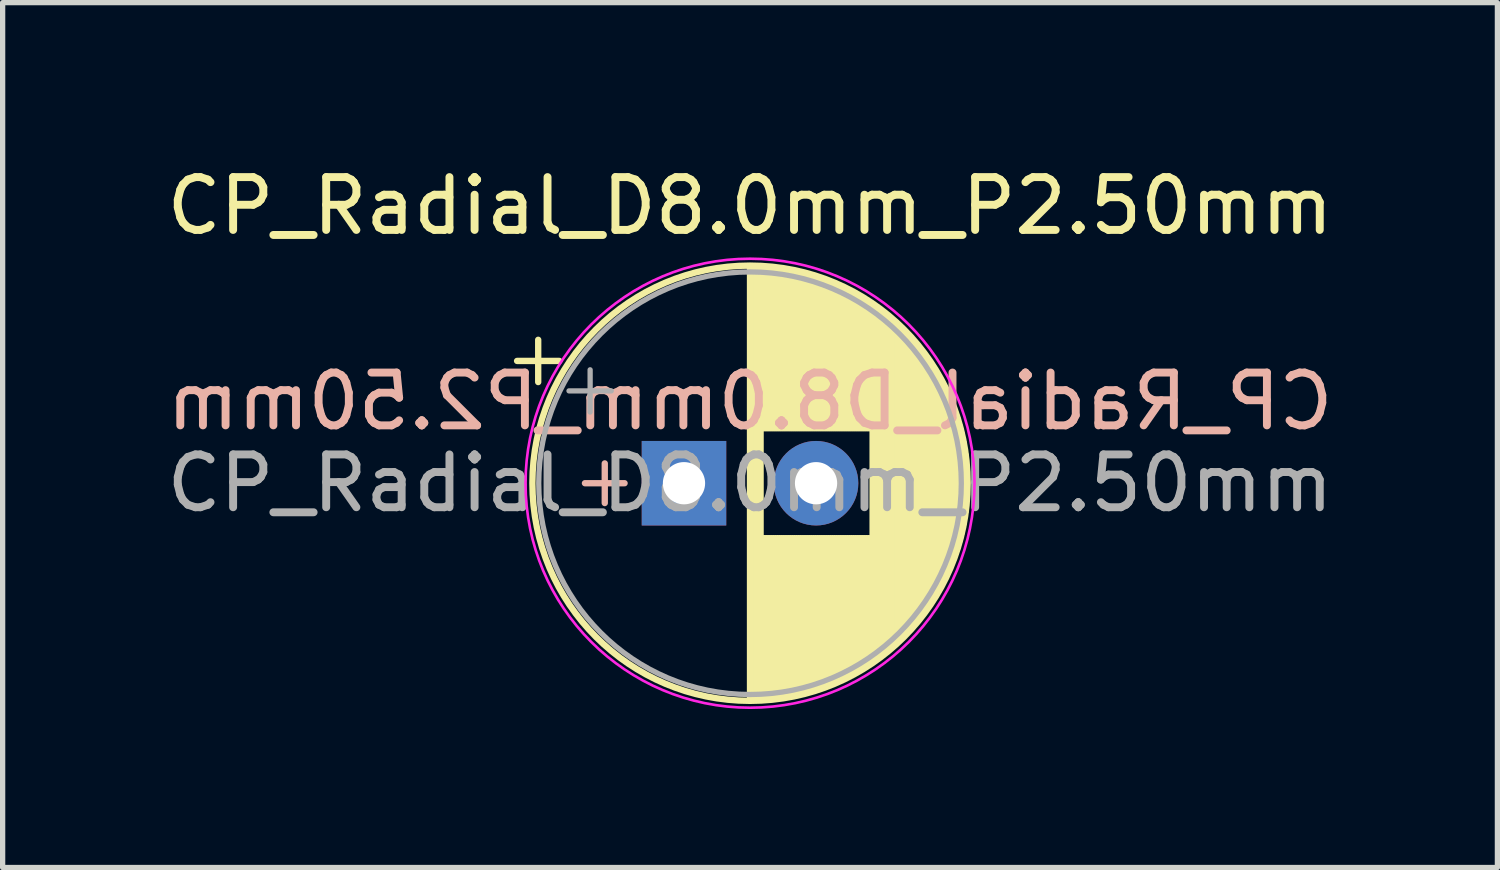
<source format=kicad_pcb>
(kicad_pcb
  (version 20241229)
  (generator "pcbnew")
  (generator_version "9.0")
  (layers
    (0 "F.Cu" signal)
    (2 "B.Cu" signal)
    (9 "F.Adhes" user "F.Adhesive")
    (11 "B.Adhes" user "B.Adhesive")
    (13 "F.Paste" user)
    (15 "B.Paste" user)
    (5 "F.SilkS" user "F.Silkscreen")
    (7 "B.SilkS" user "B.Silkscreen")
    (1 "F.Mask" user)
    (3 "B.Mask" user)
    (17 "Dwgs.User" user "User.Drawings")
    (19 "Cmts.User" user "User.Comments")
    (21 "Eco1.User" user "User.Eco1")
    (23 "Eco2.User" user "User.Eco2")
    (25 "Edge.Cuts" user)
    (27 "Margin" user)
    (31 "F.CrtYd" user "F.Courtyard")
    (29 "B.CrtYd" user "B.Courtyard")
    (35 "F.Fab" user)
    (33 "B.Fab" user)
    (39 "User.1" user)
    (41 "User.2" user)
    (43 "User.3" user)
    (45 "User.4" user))
  (footprint "CP_Radial_D8.0mm_P2.50mm"
    (layer "F.Cu")
    (at 9.899 6.098)
    (property "Reference" "CP_Radial_D8.0mm_P2.50mm" (at 1.25 -5.25 0) (layer "F.SilkS") (effects (font (size 1 1) (thickness 0.15))))
    (fp_line (start -3.16 -2.315) (end -2.36 -2.315) (stroke (width 0.12) (type solid)) (layer "F.SilkS"))
    (fp_line (start -2.76 -2.715) (end -2.76 -1.915) (stroke (width 0.12) (type solid)) (layer "F.SilkS"))
    (fp_line (start 1.25 -4.08) (end 1.25 4.08) (stroke (width 0.12) (type solid)) (layer "F.SilkS"))
    (fp_line (start 1.29 -4.08) (end 1.29 4.08) (stroke (width 0.12) (type solid)) (layer "F.SilkS"))
    (fp_line (start 1.33 -4.08) (end 1.33 4.08) (stroke (width 0.12) (type solid)) (layer "F.SilkS"))
    (fp_line (start 1.37 -4.079) (end 1.37 4.079) (stroke (width 0.12) (type solid)) (layer "F.SilkS"))
    (fp_line (start 1.41 -4.077) (end 1.41 4.077) (stroke (width 0.12) (type solid)) (layer "F.SilkS"))
    (fp_line (start 1.45 -4.076) (end 1.45 4.076) (stroke (width 0.12) (type solid)) (layer "F.SilkS"))
    (fp_line (start 1.49 -4.074) (end 1.49 -1.04) (stroke (width 0.12) (type solid)) (layer "F.SilkS"))
    (fp_line (start 1.49 1.04) (end 1.49 4.074) (stroke (width 0.12) (type solid)) (layer "F.SilkS"))
    (fp_line (start 1.53 -4.071) (end 1.53 -1.04) (stroke (width 0.12) (type solid)) (layer "F.SilkS"))
    (fp_line (start 1.53 1.04) (end 1.53 4.071) (stroke (width 0.12) (type solid)) (layer "F.SilkS"))
    (fp_line (start 1.57 -4.068) (end 1.57 -1.04) (stroke (width 0.12) (type solid)) (layer "F.SilkS"))
    (fp_line (start 1.57 1.04) (end 1.57 4.068) (stroke (width 0.12) (type solid)) (layer "F.SilkS"))
    (fp_line (start 1.61 -4.065) (end 1.61 -1.04) (stroke (width 0.12) (type solid)) (layer "F.SilkS"))
    (fp_line (start 1.61 1.04) (end 1.61 4.065) (stroke (width 0.12) (type solid)) (layer "F.SilkS"))
    (fp_line (start 1.65 -4.061) (end 1.65 -1.04) (stroke (width 0.12) (type solid)) (layer "F.SilkS"))
    (fp_line (start 1.65 1.04) (end 1.65 4.061) (stroke (width 0.12) (type solid)) (layer "F.SilkS"))
    (fp_line (start 1.69 -4.057) (end 1.69 -1.04) (stroke (width 0.12) (type solid)) (layer "F.SilkS"))
    (fp_line (start 1.69 1.04) (end 1.69 4.057) (stroke (width 0.12) (type solid)) (layer "F.SilkS"))
    (fp_line (start 1.73 -4.052) (end 1.73 -1.04) (stroke (width 0.12) (type solid)) (layer "F.SilkS"))
    (fp_line (start 1.73 1.04) (end 1.73 4.052) (stroke (width 0.12) (type solid)) (layer "F.SilkS"))
    (fp_line (start 1.77 -4.048) (end 1.77 -1.04) (stroke (width 0.12) (type solid)) (layer "F.SilkS"))
    (fp_line (start 1.77 1.04) (end 1.77 4.048) (stroke (width 0.12) (type solid)) (layer "F.SilkS"))
    (fp_line (start 1.81 -4.042) (end 1.81 -1.04) (stroke (width 0.12) (type solid)) (layer "F.SilkS"))
    (fp_line (start 1.81 1.04) (end 1.81 4.042) (stroke (width 0.12) (type solid)) (layer "F.SilkS"))
    (fp_line (start 1.85 -4.037) (end 1.85 -1.04) (stroke (width 0.12) (type solid)) (layer "F.SilkS"))
    (fp_line (start 1.85 1.04) (end 1.85 4.037) (stroke (width 0.12) (type solid)) (layer "F.SilkS"))
    (fp_line (start 1.89 -4.03) (end 1.89 -1.04) (stroke (width 0.12) (type solid)) (layer "F.SilkS"))
    (fp_line (start 1.89 1.04) (end 1.89 4.03) (stroke (width 0.12) (type solid)) (layer "F.SilkS"))
    (fp_line (start 1.93 -4.024) (end 1.93 -1.04) (stroke (width 0.12) (type solid)) (layer "F.SilkS"))
    (fp_line (start 1.93 1.04) (end 1.93 4.024) (stroke (width 0.12) (type solid)) (layer "F.SilkS"))
    (fp_line (start 1.971 -4.017) (end 1.971 -1.04) (stroke (width 0.12) (type solid)) (layer "F.SilkS"))
    (fp_line (start 1.971 1.04) (end 1.971 4.017) (stroke (width 0.12) (type solid)) (layer "F.SilkS"))
    (fp_line (start 2.011 -4.01) (end 2.011 -1.04) (stroke (width 0.12) (type solid)) (layer "F.SilkS"))
    (fp_line (start 2.011 1.04) (end 2.011 4.01) (stroke (width 0.12) (type solid)) (layer "F.SilkS"))
    (fp_line (start 2.051 -4.002) (end 2.051 -1.04) (stroke (width 0.12) (type solid)) (layer "F.SilkS"))
    (fp_line (start 2.051 1.04) (end 2.051 4.002) (stroke (width 0.12) (type solid)) (layer "F.SilkS"))
    (fp_line (start 2.091 -3.994) (end 2.091 -1.04) (stroke (width 0.12) (type solid)) (layer "F.SilkS"))
    (fp_line (start 2.091 1.04) (end 2.091 3.994) (stroke (width 0.12) (type solid)) (layer "F.SilkS"))
    (fp_line (start 2.131 -3.985) (end 2.131 -1.04) (stroke (width 0.12) (type solid)) (layer "F.SilkS"))
    (fp_line (start 2.131 1.04) (end 2.131 3.985) (stroke (width 0.12) (type solid)) (layer "F.SilkS"))
    (fp_line (start 2.171 -3.976) (end 2.171 -1.04) (stroke (width 0.12) (type solid)) (layer "F.SilkS"))
    (fp_line (start 2.171 1.04) (end 2.171 3.976) (stroke (width 0.12) (type solid)) (layer "F.SilkS"))
    (fp_line (start 2.211 -3.967) (end 2.211 -1.04) (stroke (width 0.12) (type solid)) (layer "F.SilkS"))
    (fp_line (start 2.211 1.04) (end 2.211 3.967) (stroke (width 0.12) (type solid)) (layer "F.SilkS"))
    (fp_line (start 2.251 -3.957) (end 2.251 -1.04) (stroke (width 0.12) (type solid)) (layer "F.SilkS"))
    (fp_line (start 2.251 1.04) (end 2.251 3.957) (stroke (width 0.12) (type solid)) (layer "F.SilkS"))
    (fp_line (start 2.291 -3.947) (end 2.291 -1.04) (stroke (width 0.12) (type solid)) (layer "F.SilkS"))
    (fp_line (start 2.291 1.04) (end 2.291 3.947) (stroke (width 0.12) (type solid)) (layer "F.SilkS"))
    (fp_line (start 2.331 -3.936) (end 2.331 -1.04) (stroke (width 0.12) (type solid)) (layer "F.SilkS"))
    (fp_line (start 2.331 1.04) (end 2.331 3.936) (stroke (width 0.12) (type solid)) (layer "F.SilkS"))
    (fp_line (start 2.371 -3.925) (end 2.371 -1.04) (stroke (width 0.12) (type solid)) (layer "F.SilkS"))
    (fp_line (start 2.371 1.04) (end 2.371 3.925) (stroke (width 0.12) (type solid)) (layer "F.SilkS"))
    (fp_line (start 2.411 -3.914) (end 2.411 -1.04) (stroke (width 0.12) (type solid)) (layer "F.SilkS"))
    (fp_line (start 2.411 1.04) (end 2.411 3.914) (stroke (width 0.12) (type solid)) (layer "F.SilkS"))
    (fp_line (start 2.451 -3.902) (end 2.451 -1.04) (stroke (width 0.12) (type solid)) (layer "F.SilkS"))
    (fp_line (start 2.451 1.04) (end 2.451 3.902) (stroke (width 0.12) (type solid)) (layer "F.SilkS"))
    (fp_line (start 2.491 -3.889) (end 2.491 -1.04) (stroke (width 0.12) (type solid)) (layer "F.SilkS"))
    (fp_line (start 2.491 1.04) (end 2.491 3.889) (stroke (width 0.12) (type solid)) (layer "F.SilkS"))
    (fp_line (start 2.531 -3.877) (end 2.531 -1.04) (stroke (width 0.12) (type solid)) (layer "F.SilkS"))
    (fp_line (start 2.531 1.04) (end 2.531 3.877) (stroke (width 0.12) (type solid)) (layer "F.SilkS"))
    (fp_line (start 2.571 -3.863) (end 2.571 -1.04) (stroke (width 0.12) (type solid)) (layer "F.SilkS"))
    (fp_line (start 2.571 1.04) (end 2.571 3.863) (stroke (width 0.12) (type solid)) (layer "F.SilkS"))
    (fp_line (start 2.611 -3.85) (end 2.611 -1.04) (stroke (width 0.12) (type solid)) (layer "F.SilkS"))
    (fp_line (start 2.611 1.04) (end 2.611 3.85) (stroke (width 0.12) (type solid)) (layer "F.SilkS"))
    (fp_line (start 2.651 -3.835) (end 2.651 -1.04) (stroke (width 0.12) (type solid)) (layer "F.SilkS"))
    (fp_line (start 2.651 1.04) (end 2.651 3.835) (stroke (width 0.12) (type solid)) (layer "F.SilkS"))
    (fp_line (start 2.691 -3.821) (end 2.691 -1.04) (stroke (width 0.12) (type solid)) (layer "F.SilkS"))
    (fp_line (start 2.691 1.04) (end 2.691 3.821) (stroke (width 0.12) (type solid)) (layer "F.SilkS"))
    (fp_line (start 2.731 -3.805) (end 2.731 -1.04) (stroke (width 0.12) (type solid)) (layer "F.SilkS"))
    (fp_line (start 2.731 1.04) (end 2.731 3.805) (stroke (width 0.12) (type solid)) (layer "F.SilkS"))
    (fp_line (start 2.771 -3.79) (end 2.771 -1.04) (stroke (width 0.12) (type solid)) (layer "F.SilkS"))
    (fp_line (start 2.771 1.04) (end 2.771 3.79) (stroke (width 0.12) (type solid)) (layer "F.SilkS"))
    (fp_line (start 2.811 -3.774) (end 2.811 -1.04) (stroke (width 0.12) (type solid)) (layer "F.SilkS"))
    (fp_line (start 2.811 1.04) (end 2.811 3.774) (stroke (width 0.12) (type solid)) (layer "F.SilkS"))
    (fp_line (start 2.851 -3.757) (end 2.851 -1.04) (stroke (width 0.12) (type solid)) (layer "F.SilkS"))
    (fp_line (start 2.851 1.04) (end 2.851 3.757) (stroke (width 0.12) (type solid)) (layer "F.SilkS"))
    (fp_line (start 2.891 -3.74) (end 2.891 -1.04) (stroke (width 0.12) (type solid)) (layer "F.SilkS"))
    (fp_line (start 2.891 1.04) (end 2.891 3.74) (stroke (width 0.12) (type solid)) (layer "F.SilkS"))
    (fp_line (start 2.931 -3.722) (end 2.931 -1.04) (stroke (width 0.12) (type solid)) (layer "F.SilkS"))
    (fp_line (start 2.931 1.04) (end 2.931 3.722) (stroke (width 0.12) (type solid)) (layer "F.SilkS"))
    (fp_line (start 2.971 -3.704) (end 2.971 -1.04) (stroke (width 0.12) (type solid)) (layer "F.SilkS"))
    (fp_line (start 2.971 1.04) (end 2.971 3.704) (stroke (width 0.12) (type solid)) (layer "F.SilkS"))
    (fp_line (start 3.011 -3.686) (end 3.011 -1.04) (stroke (width 0.12) (type solid)) (layer "F.SilkS"))
    (fp_line (start 3.011 1.04) (end 3.011 3.686) (stroke (width 0.12) (type solid)) (layer "F.SilkS"))
    (fp_line (start 3.051 -3.666) (end 3.051 -1.04) (stroke (width 0.12) (type solid)) (layer "F.SilkS"))
    (fp_line (start 3.051 1.04) (end 3.051 3.666) (stroke (width 0.12) (type solid)) (layer "F.SilkS"))
    (fp_line (start 3.091 -3.647) (end 3.091 -1.04) (stroke (width 0.12) (type solid)) (layer "F.SilkS"))
    (fp_line (start 3.091 1.04) (end 3.091 3.647) (stroke (width 0.12) (type solid)) (layer "F.SilkS"))
    (fp_line (start 3.131 -3.627) (end 3.131 -1.04) (stroke (width 0.12) (type solid)) (layer "F.SilkS"))
    (fp_line (start 3.131 1.04) (end 3.131 3.627) (stroke (width 0.12) (type solid)) (layer "F.SilkS"))
    (fp_line (start 3.171 -3.606) (end 3.171 -1.04) (stroke (width 0.12) (type solid)) (layer "F.SilkS"))
    (fp_line (start 3.171 1.04) (end 3.171 3.606) (stroke (width 0.12) (type solid)) (layer "F.SilkS"))
    (fp_line (start 3.211 -3.584) (end 3.211 -1.04) (stroke (width 0.12) (type solid)) (layer "F.SilkS"))
    (fp_line (start 3.211 1.04) (end 3.211 3.584) (stroke (width 0.12) (type solid)) (layer "F.SilkS"))
    (fp_line (start 3.251 -3.562) (end 3.251 -1.04) (stroke (width 0.12) (type solid)) (layer "F.SilkS"))
    (fp_line (start 3.251 1.04) (end 3.251 3.562) (stroke (width 0.12) (type solid)) (layer "F.SilkS"))
    (fp_line (start 3.291 -3.54) (end 3.291 -1.04) (stroke (width 0.12) (type solid)) (layer "F.SilkS"))
    (fp_line (start 3.291 1.04) (end 3.291 3.54) (stroke (width 0.12) (type solid)) (layer "F.SilkS"))
    (fp_line (start 3.331 -3.517) (end 3.331 -1.04) (stroke (width 0.12) (type solid)) (layer "F.SilkS"))
    (fp_line (start 3.331 1.04) (end 3.331 3.517) (stroke (width 0.12) (type solid)) (layer "F.SilkS"))
    (fp_line (start 3.371 -3.493) (end 3.371 -1.04) (stroke (width 0.12) (type solid)) (layer "F.SilkS"))
    (fp_line (start 3.371 1.04) (end 3.371 3.493) (stroke (width 0.12) (type solid)) (layer "F.SilkS"))
    (fp_line (start 3.411 -3.469) (end 3.411 -1.04) (stroke (width 0.12) (type solid)) (layer "F.SilkS"))
    (fp_line (start 3.411 1.04) (end 3.411 3.469) (stroke (width 0.12) (type solid)) (layer "F.SilkS"))
    (fp_line (start 3.451 -3.444) (end 3.451 -1.04) (stroke (width 0.12) (type solid)) (layer "F.SilkS"))
    (fp_line (start 3.451 1.04) (end 3.451 3.444) (stroke (width 0.12) (type solid)) (layer "F.SilkS"))
    (fp_line (start 3.491 -3.418) (end 3.491 -1.04) (stroke (width 0.12) (type solid)) (layer "F.SilkS"))
    (fp_line (start 3.491 1.04) (end 3.491 3.418) (stroke (width 0.12) (type solid)) (layer "F.SilkS"))
    (fp_line (start 3.531 -3.392) (end 3.531 -1.04) (stroke (width 0.12) (type solid)) (layer "F.SilkS"))
    (fp_line (start 3.531 1.04) (end 3.531 3.392) (stroke (width 0.12) (type solid)) (layer "F.SilkS"))
    (fp_line (start 3.571 -3.365) (end 3.571 3.365) (stroke (width 0.12) (type solid)) (layer "F.SilkS"))
    (fp_line (start 3.611 -3.338) (end 3.611 3.338) (stroke (width 0.12) (type solid)) (layer "F.SilkS"))
    (fp_line (start 3.651 -3.309) (end 3.651 3.309) (stroke (width 0.12) (type solid)) (layer "F.SilkS"))
    (fp_line (start 3.691 -3.28) (end 3.691 3.28) (stroke (width 0.12) (type solid)) (layer "F.SilkS"))
    (fp_line (start 3.731 -3.25) (end 3.731 3.25) (stroke (width 0.12) (type solid)) (layer "F.SilkS"))
    (fp_line (start 3.771 -3.22) (end 3.771 3.22) (stroke (width 0.12) (type solid)) (layer "F.SilkS"))
    (fp_line (start 3.811 -3.189) (end 3.811 3.189) (stroke (width 0.12) (type solid)) (layer "F.SilkS"))
    (fp_line (start 3.851 -3.156) (end 3.851 3.156) (stroke (width 0.12) (type solid)) (layer "F.SilkS"))
    (fp_line (start 3.891 -3.124) (end 3.891 3.124) (stroke (width 0.12) (type solid)) (layer "F.SilkS"))
    (fp_line (start 3.931 -3.09) (end 3.931 3.09) (stroke (width 0.12) (type solid)) (layer "F.SilkS"))
    (fp_line (start 3.971 -3.055) (end 3.971 3.055) (stroke (width 0.12) (type solid)) (layer "F.SilkS"))
    (fp_line (start 4.011 -3.019) (end 4.011 3.019) (stroke (width 0.12) (type solid)) (layer "F.SilkS"))
    (fp_line (start 4.051 -2.983) (end 4.051 2.983) (stroke (width 0.12) (type solid)) (layer "F.SilkS"))
    (fp_line (start 4.091 -2.945) (end 4.091 2.945) (stroke (width 0.12) (type solid)) (layer "F.SilkS"))
    (fp_line (start 4.131 -2.907) (end 4.131 2.907) (stroke (width 0.12) (type solid)) (layer "F.SilkS"))
    (fp_line (start 4.171 -2.867) (end 4.171 2.867) (stroke (width 0.12) (type solid)) (layer "F.SilkS"))
    (fp_line (start 4.211 -2.826) (end 4.211 2.826) (stroke (width 0.12) (type solid)) (layer "F.SilkS"))
    (fp_line (start 4.251 -2.784) (end 4.251 2.784) (stroke (width 0.12) (type solid)) (layer "F.SilkS"))
    (fp_line (start 4.291 -2.741) (end 4.291 2.741) (stroke (width 0.12) (type solid)) (layer "F.SilkS"))
    (fp_line (start 4.331 -2.697) (end 4.331 2.697) (stroke (width 0.12) (type solid)) (layer "F.SilkS"))
    (fp_line (start 4.371 -2.651) (end 4.371 2.651) (stroke (width 0.12) (type solid)) (layer "F.SilkS"))
    (fp_line (start 4.411 -2.604) (end 4.411 2.604) (stroke (width 0.12) (type solid)) (layer "F.SilkS"))
    (fp_line (start 4.451 -2.556) (end 4.451 2.556) (stroke (width 0.12) (type solid)) (layer "F.SilkS"))
    (fp_line (start 4.491 -2.505) (end 4.491 2.505) (stroke (width 0.12) (type solid)) (layer "F.SilkS"))
    (fp_line (start 4.531 -2.454) (end 4.531 2.454) (stroke (width 0.12) (type solid)) (layer "F.SilkS"))
    (fp_line (start 4.571 -2.4) (end 4.571 2.4) (stroke (width 0.12) (type solid)) (layer "F.SilkS"))
    (fp_line (start 4.611 -2.345) (end 4.611 2.345) (stroke (width 0.12) (type solid)) (layer "F.SilkS"))
    (fp_line (start 4.651 -2.287) (end 4.651 2.287) (stroke (width 0.12) (type solid)) (layer "F.SilkS"))
    (fp_line (start 4.691 -2.228) (end 4.691 2.228) (stroke (width 0.12) (type solid)) (layer "F.SilkS"))
    (fp_line (start 4.731 -2.166) (end 4.731 2.166) (stroke (width 0.12) (type solid)) (layer "F.SilkS"))
    (fp_line (start 4.771 -2.102) (end 4.771 2.102) (stroke (width 0.12) (type solid)) (layer "F.SilkS"))
    (fp_line (start 4.811 -2.034) (end 4.811 2.034) (stroke (width 0.12) (type solid)) (layer "F.SilkS"))
    (fp_line (start 4.851 -1.964) (end 4.851 1.964) (stroke (width 0.12) (type solid)) (layer "F.SilkS"))
    (fp_line (start 4.891 -1.89) (end 4.891 1.89) (stroke (width 0.12) (type solid)) (layer "F.SilkS"))
    (fp_line (start 4.931 -1.813) (end 4.931 1.813) (stroke (width 0.12) (type solid)) (layer "F.SilkS"))
    (fp_line (start 4.971 -1.731) (end 4.971 1.731) (stroke (width 0.12) (type solid)) (layer "F.SilkS"))
    (fp_line (start 5.011 -1.645) (end 5.011 1.645) (stroke (width 0.12) (type solid)) (layer "F.SilkS"))
    (fp_line (start 5.051 -1.552) (end 5.051 1.552) (stroke (width 0.12) (type solid)) (layer "F.SilkS"))
    (fp_line (start 5.091 -1.453) (end 5.091 1.453) (stroke (width 0.12) (type solid)) (layer "F.SilkS"))
    (fp_line (start 5.131 -1.346) (end 5.131 1.346) (stroke (width 0.12) (type solid)) (layer "F.SilkS"))
    (fp_line (start 5.171 -1.229) (end 5.171 1.229) (stroke (width 0.12) (type solid)) (layer "F.SilkS"))
    (fp_line (start 5.211 -1.098) (end 5.211 1.098) (stroke (width 0.12) (type solid)) (layer "F.SilkS"))
    (fp_line (start 5.251 -0.948) (end 5.251 0.948) (stroke (width 0.12) (type solid)) (layer "F.SilkS"))
    (fp_line (start 5.291 -0.768) (end 5.291 0.768) (stroke (width 0.12) (type solid)) (layer "F.SilkS"))
    (fp_line (start 5.331 -0.533) (end 5.331 0.533) (stroke (width 0.12) (type solid)) (layer "F.SilkS"))
    (fp_circle (center 1.25 0) (end 5.37 0) (stroke (width 0.12) (type solid)) (fill no) (layer "F.SilkS"))
    (fp_line (start -1.5 -0.375) (end -1.5 0.375) (stroke (width 0.12) (type solid)) (layer "B.SilkS"))
    (fp_line (start -1.125 0) (end -1.875 0) (stroke (width 0.12) (type solid)) (layer "B.SilkS"))
    (fp_circle (center 1.25 0) (end 5.5 0) (stroke (width 0.05) (type solid)) (fill no) (layer "F.CrtYd"))
    (fp_line (start -2.177 -1.748) (end -1.377 -1.748) (stroke (width 0.1) (type solid)) (layer "F.Fab"))
    (fp_line (start -1.777 -2.147) (end -1.777 -1.347) (stroke (width 0.1) (type solid)) (layer "F.Fab"))
    (fp_circle (center 1.25 0) (end 5.25 0) (stroke (width 0.1) (type solid)) (fill no) (layer "F.Fab"))
    (fp_text user "${REFERENCE}" (at 1.25 -1.55 0) (layer "B.SilkS") (effects (font (size 1 1) (thickness 0.15)) (justify mirror)))
    (fp_text user "${REFERENCE}" (at 1.25 0 0) (layer "F.Fab") (effects (font (size 1 1) (thickness 0.15))))
    (pad "1" thru_hole rect (at 0 0) (size 1.6 1.6) (drill 0.8) (layers "*.Cu" "*.Mask"))
    (pad "2" thru_hole circle (at 2.5 0) (size 1.6 1.6) (drill 0.8) (layers "*.Cu" "*.Mask")))
  (gr_rect
    (start -3 -3)
    (end 25.298 13.373)
    (stroke (width 0.1) (type default))
    (fill no)
    (layer "Edge.Cuts")))
</source>
